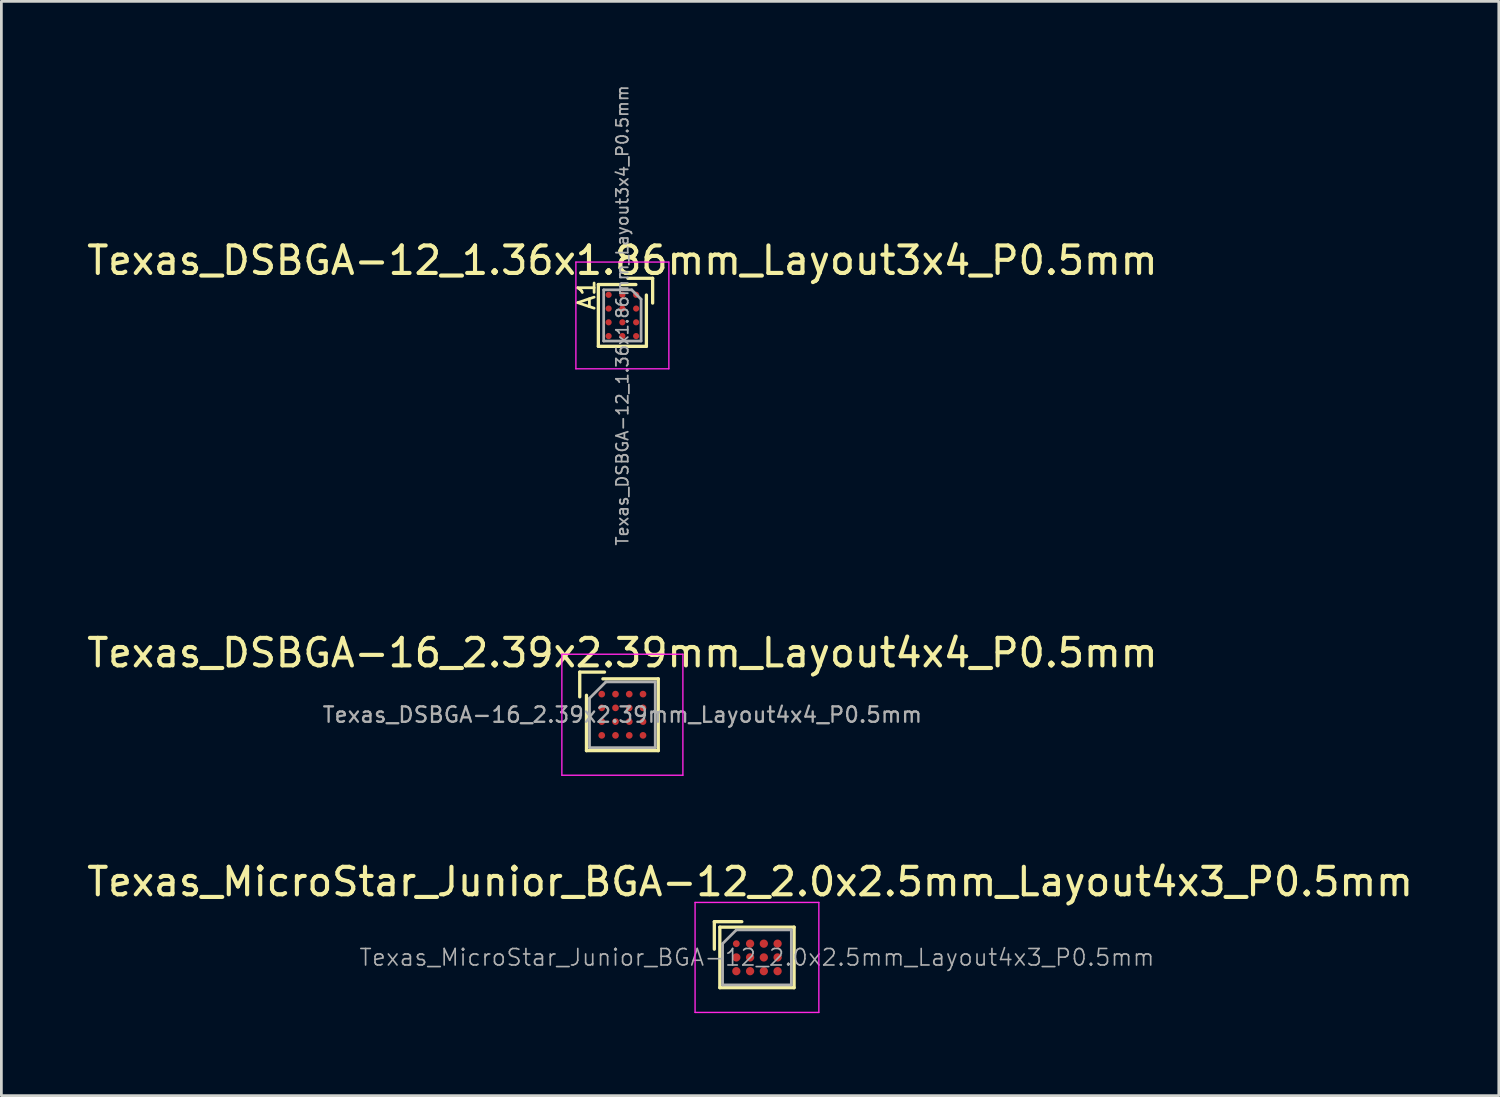
<source format=kicad_pcb>
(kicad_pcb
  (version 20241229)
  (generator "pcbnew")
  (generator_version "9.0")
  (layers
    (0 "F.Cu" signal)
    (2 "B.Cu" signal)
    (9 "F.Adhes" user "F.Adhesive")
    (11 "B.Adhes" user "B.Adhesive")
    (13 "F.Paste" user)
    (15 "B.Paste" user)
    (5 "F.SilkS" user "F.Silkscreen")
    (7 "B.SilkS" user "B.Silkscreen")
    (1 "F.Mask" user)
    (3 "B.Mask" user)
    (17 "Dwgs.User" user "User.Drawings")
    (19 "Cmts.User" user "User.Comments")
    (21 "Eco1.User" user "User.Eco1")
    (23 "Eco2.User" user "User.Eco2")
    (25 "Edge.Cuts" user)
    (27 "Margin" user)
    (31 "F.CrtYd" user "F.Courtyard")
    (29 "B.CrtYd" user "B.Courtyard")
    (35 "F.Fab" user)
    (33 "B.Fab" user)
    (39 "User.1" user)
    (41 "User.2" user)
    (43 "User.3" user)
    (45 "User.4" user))
  (footprint "Texas_DSBGA-12_1.36x1.86mm_Layout3x4_P0.5mm"
    (layer "F.Cu")
    (at 19.577 8.418)
    (property "Reference" "Texas_DSBGA-12_1.36x1.86mm_Layout3x4_P0.5mm" (at 0 -2 0) (layer "F.SilkS") (effects (font (size 1 1) (thickness 0.15))))
    (attr smd)
    (fp_line (start -0.873 -1.123) (end -0.873 1.123) (stroke (width 0.12) (type solid)) (layer "F.SilkS"))
    (fp_line (start -0.873 -1.123) (end 0.491 -1.123) (stroke (width 0.12) (type solid)) (layer "F.SilkS"))
    (fp_line (start 0.2 -1.35) (end 1.1 -1.35) (stroke (width 0.12) (type solid)) (layer "F.SilkS"))
    (fp_line (start 0.873 1.123) (end -0.873 1.123) (stroke (width 0.12) (type solid)) (layer "F.SilkS"))
    (fp_line (start 0.873 1.123) (end 0.873 -0.741) (stroke (width 0.12) (type solid)) (layer "F.SilkS"))
    (fp_line (start 1.1 -0.45) (end 1.1 -1.35) (stroke (width 0.12) (type solid)) (layer "F.SilkS"))
    (fp_line (start -1.69 -1.94) (end -1.69 1.94) (stroke (width 0.05) (type solid)) (layer "F.CrtYd"))
    (fp_line (start -1.69 1.94) (end 1.69 1.94) (stroke (width 0.05) (type solid)) (layer "F.CrtYd"))
    (fp_line (start 1.69 -1.94) (end -1.69 -1.94) (stroke (width 0.05) (type solid)) (layer "F.CrtYd"))
    (fp_line (start 1.69 1.94) (end 1.69 -1.94) (stroke (width 0.05) (type solid)) (layer "F.CrtYd"))
    (fp_line (start -0.68 -0.93) (end -0.68 0.93) (stroke (width 0.1) (type solid)) (layer "F.Fab"))
    (fp_line (start -0.68 -0.93) (end 0.34 -0.93) (stroke (width 0.1) (type solid)) (layer "F.Fab"))
    (fp_line (start 0.68 -0.59) (end 0.34 -0.93) (stroke (width 0.1) (type solid)) (layer "F.Fab"))
    (fp_line (start 0.68 0.93) (end -0.68 0.93) (stroke (width 0.1) (type solid)) (layer "F.Fab"))
    (fp_line (start 0.68 0.93) (end 0.68 -0.59) (stroke (width 0.1) (type solid)) (layer "F.Fab"))
    (fp_text user "A1" (at -1.3 -0.75 90) (unlocked yes) (layer "F.SilkS") (effects (font (size 0.6 0.6) (thickness 0.1))))
    (fp_text user "${REFERENCE}" (at 0 0 270) (layer "F.Fab") (effects (font (size 0.43 0.43) (thickness 0.065))))
    (pad "" smd roundrect (at -0.5 -0.75) (size 0.25 0.25) (layers "F.Paste") (roundrect_rratio 0.2))
    (pad "" smd roundrect (at -0.5 -0.25) (size 0.25 0.25) (layers "F.Paste") (roundrect_rratio 0.2))
    (pad "" smd roundrect (at -0.5 0.25) (size 0.25 0.25) (layers "F.Paste") (roundrect_rratio 0.2))
    (pad "" smd roundrect (at -0.5 0.75) (size 0.25 0.25) (layers "F.Paste") (roundrect_rratio 0.2))
    (pad "" smd roundrect (at 0 -0.75) (size 0.25 0.25) (layers "F.Paste") (roundrect_rratio 0.2))
    (pad "" smd roundrect (at 0 -0.25) (size 0.25 0.25) (layers "F.Paste") (roundrect_rratio 0.2))
    (pad "" smd roundrect (at 0 0.25) (size 0.25 0.25) (layers "F.Paste") (roundrect_rratio 0.2))
    (pad "" smd roundrect (at 0 0.75) (size 0.25 0.25) (layers "F.Paste") (roundrect_rratio 0.2))
    (pad "" smd roundrect (at 0.5 -0.75) (size 0.25 0.25) (layers "F.Paste") (roundrect_rratio 0.2))
    (pad "" smd roundrect (at 0.5 -0.25) (size 0.25 0.25) (layers "F.Paste") (roundrect_rratio 0.2))
    (pad "" smd roundrect (at 0.5 0.25) (size 0.25 0.25) (layers "F.Paste") (roundrect_rratio 0.2))
    (pad "" smd roundrect (at 0.5 0.75) (size 0.25 0.25) (layers "F.Paste") (roundrect_rratio 0.2))
    (pad "A1" smd circle (at -0.5 -0.75) (size 0.225 0.225) (layers "F.Cu" "F.Mask"))
    (pad "A2" smd circle (at 0 -0.75) (size 0.225 0.225) (layers "F.Cu" "F.Mask"))
    (pad "A3" smd circle (at 0.5 -0.75) (size 0.225 0.225) (layers "F.Cu" "F.Mask"))
    (pad "B1" smd circle (at -0.5 -0.25) (size 0.225 0.225) (layers "F.Cu" "F.Mask"))
    (pad "B2" smd circle (at 0 -0.25) (size 0.225 0.225) (layers "F.Cu" "F.Mask"))
    (pad "B3" smd circle (at 0.5 -0.25) (size 0.225 0.225) (layers "F.Cu" "F.Mask"))
    (pad "C1" smd circle (at -0.5 0.25) (size 0.225 0.225) (layers "F.Cu" "F.Mask"))
    (pad "C2" smd circle (at 0 0.25) (size 0.225 0.225) (layers "F.Cu" "F.Mask"))
    (pad "C3" smd circle (at 0.5 0.25) (size 0.225 0.225) (layers "F.Cu" "F.Mask"))
    (pad "D1" smd circle (at -0.5 0.75) (size 0.225 0.225) (layers "F.Cu" "F.Mask"))
    (pad "D2" smd circle (at 0 0.75) (size 0.225 0.225) (layers "F.Cu" "F.Mask"))
    (pad "D3" smd circle (at 0.5 0.75) (size 0.225 0.225) (layers "F.Cu" "F.Mask")))
  (footprint "Texas_MicroStar_Junior_BGA-12_2.0x2.5mm_Layout4x3_P0.5mm"
    (layer "F.Cu")
    (at 24.47 31.758)
    (property "Reference" "Texas_MicroStar_Junior_BGA-12_2.0x2.5mm_Layout4x3_P0.5mm" (at -0.25 -2.75 0) (layer "F.SilkS") (effects (font (size 1 1) (thickness 0.15))))
    (attr smd)
    (fp_line (start -1.55 -1.3) (end -1.55 -0.3) (stroke (width 0.12) (type solid)) (layer "F.SilkS"))
    (fp_line (start -1.55 -1.3) (end -0.55 -1.3) (stroke (width 0.12) (type solid)) (layer "F.SilkS"))
    (fp_line (start -1.35 -1.1) (end 1.35 -1.1) (stroke (width 0.12) (type solid)) (layer "F.SilkS"))
    (fp_line (start -1.35 1.1) (end -1.35 -1.1) (stroke (width 0.12) (type solid)) (layer "F.SilkS"))
    (fp_line (start -1.35 1.1) (end 1.35 1.1) (stroke (width 0.12) (type solid)) (layer "F.SilkS"))
    (fp_line (start 1.35 -1.1) (end 1.35 1.1) (stroke (width 0.12) (type solid)) (layer "F.SilkS"))
    (fp_line (start -2.25 -2) (end 2.25 -2) (stroke (width 0.05) (type solid)) (layer "F.CrtYd"))
    (fp_line (start -2.25 2) (end -2.25 -2) (stroke (width 0.05) (type solid)) (layer "F.CrtYd"))
    (fp_line (start 2.25 -2) (end 2.25 2) (stroke (width 0.05) (type solid)) (layer "F.CrtYd"))
    (fp_line (start 2.25 2) (end -2.25 2) (stroke (width 0.05) (type solid)) (layer "F.CrtYd"))
    (fp_line (start -1.25 1) (end -1.25 -0.5) (stroke (width 0.1) (type solid)) (layer "F.Fab"))
    (fp_line (start -0.75 -1) (end -1.25 -0.5) (stroke (width 0.1) (type solid)) (layer "F.Fab"))
    (fp_line (start -0.75 -1) (end 1.25 -1) (stroke (width 0.1) (type solid)) (layer "F.Fab"))
    (fp_line (start 1.25 -1) (end 1.25 1) (stroke (width 0.1) (type solid)) (layer "F.Fab"))
    (fp_line (start 1.25 1) (end -1.25 1) (stroke (width 0.1) (type solid)) (layer "F.Fab"))
    (fp_text user "${REFERENCE}" (at 0 0 0) (layer "F.Fab") (effects (font (size 0.6 0.6) (thickness 0.06))))
    (pad "A1" smd circle (at -0.75 -0.5) (size 0.25 0.25) (layers "F.Cu" "F.Mask" "F.Paste"))
    (pad "A2" smd circle (at -0.25 -0.5) (size 0.3 0.3) (layers "F.Cu" "F.Mask" "F.Paste"))
    (pad "A3" smd circle (at 0.25 -0.5) (size 0.3 0.3) (layers "F.Cu" "F.Mask" "F.Paste"))
    (pad "A4" smd circle (at 0.75 -0.5) (size 0.3 0.3) (layers "F.Cu" "F.Mask" "F.Paste"))
    (pad "B1" smd circle (at -0.75 0) (size 0.3 0.3) (layers "F.Cu" "F.Mask" "F.Paste"))
    (pad "B2" smd circle (at -0.25 0) (size 0.3 0.3) (layers "F.Cu" "F.Mask" "F.Paste"))
    (pad "B3" smd circle (at 0.25 0) (size 0.3 0.3) (layers "F.Cu" "F.Mask" "F.Paste"))
    (pad "B4" smd circle (at 0.75 0) (size 0.3 0.3) (layers "F.Cu" "F.Mask" "F.Paste"))
    (pad "C1" smd circle (at -0.75 0.5) (size 0.3 0.3) (layers "F.Cu" "F.Mask" "F.Paste"))
    (pad "C2" smd circle (at -0.25 0.5) (size 0.3 0.3) (layers "F.Cu" "F.Mask" "F.Paste"))
    (pad "C3" smd circle (at 0.25 0.5) (size 0.3 0.3) (layers "F.Cu" "F.Mask" "F.Paste"))
    (pad "C4" smd circle (at 0.75 0.5) (size 0.3 0.3) (layers "F.Cu" "F.Mask" "F.Paste")))
  (footprint "Texas_DSBGA-16_2.39x2.39mm_Layout4x4_P0.5mm"
    (layer "F.Cu")
    (at 19.577 22.935)
    (property "Reference" "Texas_DSBGA-16_2.39x2.39mm_Layout4x4_P0.5mm" (at 0 -2.25 0) (layer "F.SilkS") (effects (font (size 1 1) (thickness 0.15))))
    (attr smd)
    (fp_line (start -1.55 -0.65) (end -1.55 -1.55) (stroke (width 0.12) (type solid)) (layer "F.SilkS"))
    (fp_line (start -1.305 1.305) (end -1.305 -0.708) (stroke (width 0.12) (type solid)) (layer "F.SilkS"))
    (fp_line (start -0.708 -1.305) (end 1.305 -1.305) (stroke (width 0.12) (type solid)) (layer "F.SilkS"))
    (fp_line (start -0.65 -1.55) (end -1.55 -1.55) (stroke (width 0.12) (type solid)) (layer "F.SilkS"))
    (fp_line (start 1.305 -1.305) (end 1.305 1.305) (stroke (width 0.12) (type solid)) (layer "F.SilkS"))
    (fp_line (start 1.305 1.305) (end -1.305 1.305) (stroke (width 0.12) (type solid)) (layer "F.SilkS"))
    (fp_line (start -2.2 -2.2) (end -2.2 2.2) (stroke (width 0.05) (type solid)) (layer "F.CrtYd"))
    (fp_line (start -2.2 2.2) (end 2.2 2.2) (stroke (width 0.05) (type solid)) (layer "F.CrtYd"))
    (fp_line (start 2.2 -2.2) (end -2.2 -2.2) (stroke (width 0.05) (type solid)) (layer "F.CrtYd"))
    (fp_line (start 2.2 2.2) (end 2.2 -2.2) (stroke (width 0.05) (type solid)) (layer "F.CrtYd"))
    (fp_line (start -1.195 -0.598) (end -0.598 -1.195) (stroke (width 0.1) (type solid)) (layer "F.Fab"))
    (fp_line (start -1.195 1.195) (end -1.195 -0.598) (stroke (width 0.1) (type solid)) (layer "F.Fab"))
    (fp_line (start -0.598 -1.195) (end 1.195 -1.195) (stroke (width 0.1) (type solid)) (layer "F.Fab"))
    (fp_line (start 1.195 -1.195) (end 1.195 1.195) (stroke (width 0.1) (type solid)) (layer "F.Fab"))
    (fp_line (start 1.195 1.195) (end -1.195 1.195) (stroke (width 0.1) (type solid)) (layer "F.Fab"))
    (fp_text user "${REFERENCE}" (at 0 0 0) (layer "F.Fab") (effects (font (size 0.56 0.56) (thickness 0.084))))
    (pad "" smd roundrect (at -0.75 -0.75) (size 0.25 0.25) (layers "F.Paste") (roundrect_rratio 0.2))
    (pad "" smd roundrect (at -0.75 -0.25) (size 0.25 0.25) (layers "F.Paste") (roundrect_rratio 0.2))
    (pad "" smd roundrect (at -0.75 0.25) (size 0.25 0.25) (layers "F.Paste") (roundrect_rratio 0.2))
    (pad "" smd roundrect (at -0.75 0.75) (size 0.25 0.25) (layers "F.Paste") (roundrect_rratio 0.2))
    (pad "" smd roundrect (at -0.25 -0.75) (size 0.25 0.25) (layers "F.Paste") (roundrect_rratio 0.2))
    (pad "" smd roundrect (at -0.25 -0.25) (size 0.25 0.25) (layers "F.Paste") (roundrect_rratio 0.2))
    (pad "" smd roundrect (at -0.25 0.25) (size 0.25 0.25) (layers "F.Paste") (roundrect_rratio 0.2))
    (pad "" smd roundrect (at -0.25 0.75) (size 0.25 0.25) (layers "F.Paste") (roundrect_rratio 0.2))
    (pad "" smd roundrect (at 0.25 -0.75) (size 0.25 0.25) (layers "F.Paste") (roundrect_rratio 0.2))
    (pad "" smd roundrect (at 0.25 -0.25) (size 0.25 0.25) (layers "F.Paste") (roundrect_rratio 0.2))
    (pad "" smd roundrect (at 0.25 0.25) (size 0.25 0.25) (layers "F.Paste") (roundrect_rratio 0.2))
    (pad "" smd roundrect (at 0.25 0.75) (size 0.25 0.25) (layers "F.Paste") (roundrect_rratio 0.2))
    (pad "" smd roundrect (at 0.75 -0.75) (size 0.25 0.25) (layers "F.Paste") (roundrect_rratio 0.2))
    (pad "" smd roundrect (at 0.75 -0.25) (size 0.25 0.25) (layers "F.Paste") (roundrect_rratio 0.2))
    (pad "" smd roundrect (at 0.75 0.25) (size 0.25 0.25) (layers "F.Paste") (roundrect_rratio 0.2))
    (pad "" smd roundrect (at 0.75 0.75) (size 0.25 0.25) (layers "F.Paste") (roundrect_rratio 0.2))
    (pad "A1" smd circle (at -0.75 -0.75) (size 0.245 0.245) (layers "F.Cu" "F.Mask"))
    (pad "A2" smd circle (at -0.25 -0.75) (size 0.245 0.245) (layers "F.Cu" "F.Mask"))
    (pad "A3" smd circle (at 0.25 -0.75) (size 0.245 0.245) (layers "F.Cu" "F.Mask"))
    (pad "A4" smd circle (at 0.75 -0.75) (size 0.245 0.245) (layers "F.Cu" "F.Mask"))
    (pad "B1" smd circle (at -0.75 -0.25) (size 0.245 0.245) (layers "F.Cu" "F.Mask"))
    (pad "B2" smd circle (at -0.25 -0.25) (size 0.245 0.245) (layers "F.Cu" "F.Mask"))
    (pad "B3" smd circle (at 0.25 -0.25) (size 0.245 0.245) (layers "F.Cu" "F.Mask"))
    (pad "B4" smd circle (at 0.75 -0.25) (size 0.245 0.245) (layers "F.Cu" "F.Mask"))
    (pad "C1" smd circle (at -0.75 0.25) (size 0.245 0.245) (layers "F.Cu" "F.Mask"))
    (pad "C2" smd circle (at -0.25 0.25) (size 0.245 0.245) (layers "F.Cu" "F.Mask"))
    (pad "C3" smd circle (at 0.25 0.25) (size 0.245 0.245) (layers "F.Cu" "F.Mask"))
    (pad "C4" smd circle (at 0.75 0.25) (size 0.245 0.245) (layers "F.Cu" "F.Mask"))
    (pad "D1" smd circle (at -0.75 0.75) (size 0.245 0.245) (layers "F.Cu" "F.Mask"))
    (pad "D2" smd circle (at -0.25 0.75) (size 0.245 0.245) (layers "F.Cu" "F.Mask"))
    (pad "D3" smd circle (at 0.25 0.75) (size 0.245 0.245) (layers "F.Cu" "F.Mask"))
    (pad "D4" smd circle (at 0.75 0.75) (size 0.245 0.245) (layers "F.Cu" "F.Mask")))
  (gr_rect
    (start -3 -3)
    (end 51.44 36.783)
    (stroke (width 0.1) (type default))
    (fill no)
    (layer "Edge.Cuts")))
</source>
